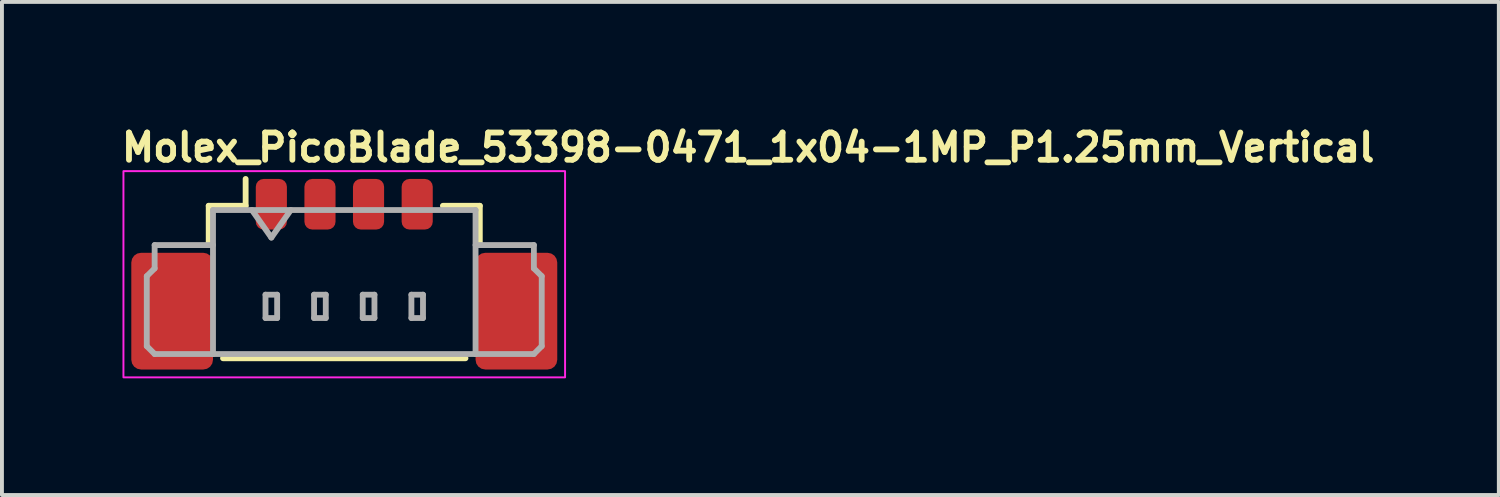
<source format=kicad_pcb>
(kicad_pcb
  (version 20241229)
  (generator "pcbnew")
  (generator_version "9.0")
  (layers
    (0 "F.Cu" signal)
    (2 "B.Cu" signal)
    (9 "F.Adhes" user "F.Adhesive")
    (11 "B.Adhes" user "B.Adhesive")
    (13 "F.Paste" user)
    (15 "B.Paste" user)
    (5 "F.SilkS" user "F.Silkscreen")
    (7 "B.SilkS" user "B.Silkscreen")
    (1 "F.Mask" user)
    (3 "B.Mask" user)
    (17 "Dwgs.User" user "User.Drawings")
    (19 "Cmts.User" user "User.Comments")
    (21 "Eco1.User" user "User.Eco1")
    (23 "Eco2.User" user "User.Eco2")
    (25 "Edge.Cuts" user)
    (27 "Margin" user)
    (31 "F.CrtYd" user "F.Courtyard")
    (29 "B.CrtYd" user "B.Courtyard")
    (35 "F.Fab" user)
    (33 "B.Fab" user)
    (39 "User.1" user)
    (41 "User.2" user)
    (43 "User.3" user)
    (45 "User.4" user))
  (footprint "Molex_PicoBlade_53398-0471_1x04-1MP_P1.25mm_Vertical"
    (layer "F.Cu")
    (at 5.8 3.95)
    (property "Reference" "Molex_PicoBlade_53398-0471_1x04-1MP_P1.25mm_Vertical" (at -5.8 -2.8 0) (layer "F.SilkS") (effects (font (size 0.7 0.7) (thickness 0.15)) (justify left bottom)))
    (attr smd)
    (fp_line (start -3.485 -1.71) (end -2.536 -1.71) (stroke (width 0.15) (type solid)) (layer "F.SilkS"))
    (fp_line (start -3.485 -0.76) (end -3.485 -1.71) (stroke (width 0.15) (type solid)) (layer "F.SilkS"))
    (fp_line (start -3.117 2.209) (end 3.115 2.209) (stroke (width 0.15) (type solid)) (layer "F.SilkS"))
    (fp_line (start -2.536 -1.71) (end -2.536 -2.4) (stroke (width 0.15) (type solid)) (layer "F.SilkS"))
    (fp_line (start 3.483 -1.71) (end 2.535 -1.71) (stroke (width 0.15) (type solid)) (layer "F.SilkS"))
    (fp_line (start 3.483 -0.76) (end 3.483 -1.71) (stroke (width 0.15) (type solid)) (layer "F.SilkS"))
    (fp_rect (start -5.677 -2.601) (end 5.675 2.7) (stroke (width 0.05) (type solid)) (fill no) (layer "F.CrtYd"))
    (fp_line (start -5.077 0.099) (end -4.875 -0.101) (stroke (width 0.15) (type solid)) (layer "F.Fab"))
    (fp_line (start -5.077 1.898) (end -5.077 0.099) (stroke (width 0.15) (type solid)) (layer "F.Fab"))
    (fp_line (start -4.875 -0.701) (end -3.375 -0.701) (stroke (width 0.15) (type solid)) (layer "F.Fab"))
    (fp_line (start -4.875 -0.101) (end -4.875 -0.701) (stroke (width 0.15) (type solid)) (layer "F.Fab"))
    (fp_line (start -4.875 2.1) (end -5.077 1.898) (stroke (width 0.15) (type solid)) (layer "F.Fab"))
    (fp_line (start -3.375 -1.601) (end -3.375 2.1) (stroke (width 0.15) (type solid)) (layer "F.Fab"))
    (fp_line (start -3.375 -1.601) (end 3.374 -1.601) (stroke (width 0.15) (type solid)) (layer "F.Fab"))
    (fp_line (start -3.375 2.1) (end -4.875 2.1) (stroke (width 0.15) (type solid)) (layer "F.Fab"))
    (fp_line (start -3.375 2.1) (end 3.374 2.1) (stroke (width 0.15) (type solid)) (layer "F.Fab"))
    (fp_line (start -2.375 -1.601) (end -1.875 -0.893) (stroke (width 0.15) (type solid)) (layer "F.Fab"))
    (fp_line (start -2.025 0.575) (end -2.025 1.175) (stroke (width 0.15) (type solid)) (layer "F.Fab"))
    (fp_line (start -2.025 1.175) (end -1.726 1.175) (stroke (width 0.15) (type solid)) (layer "F.Fab"))
    (fp_line (start -1.875 -0.893) (end -1.375 -1.601) (stroke (width 0.15) (type solid)) (layer "F.Fab"))
    (fp_line (start -1.726 0.575) (end -2.025 0.575) (stroke (width 0.15) (type solid)) (layer "F.Fab"))
    (fp_line (start -1.726 1.175) (end -1.726 0.575) (stroke (width 0.15) (type solid)) (layer "F.Fab"))
    (fp_line (start -0.777 0.575) (end -0.777 1.175) (stroke (width 0.15) (type solid)) (layer "F.Fab"))
    (fp_line (start -0.777 1.175) (end -0.476 1.175) (stroke (width 0.15) (type solid)) (layer "F.Fab"))
    (fp_line (start -0.476 0.575) (end -0.777 0.575) (stroke (width 0.15) (type solid)) (layer "F.Fab"))
    (fp_line (start -0.476 1.175) (end -0.476 0.575) (stroke (width 0.15) (type solid)) (layer "F.Fab"))
    (fp_line (start 0.474 0.575) (end 0.474 1.175) (stroke (width 0.15) (type solid)) (layer "F.Fab"))
    (fp_line (start 0.474 1.175) (end 0.775 1.175) (stroke (width 0.15) (type solid)) (layer "F.Fab"))
    (fp_line (start 0.775 0.575) (end 0.474 0.575) (stroke (width 0.15) (type solid)) (layer "F.Fab"))
    (fp_line (start 0.775 1.175) (end 0.775 0.575) (stroke (width 0.15) (type solid)) (layer "F.Fab"))
    (fp_line (start 1.725 0.575) (end 1.725 1.175) (stroke (width 0.15) (type solid)) (layer "F.Fab"))
    (fp_line (start 1.725 1.175) (end 2.023 1.175) (stroke (width 0.15) (type solid)) (layer "F.Fab"))
    (fp_line (start 2.023 0.575) (end 1.725 0.575) (stroke (width 0.15) (type solid)) (layer "F.Fab"))
    (fp_line (start 2.023 1.175) (end 2.023 0.575) (stroke (width 0.15) (type solid)) (layer "F.Fab"))
    (fp_line (start 3.374 -1.601) (end 3.374 2.1) (stroke (width 0.15) (type solid)) (layer "F.Fab"))
    (fp_line (start 3.374 2.1) (end 4.873 2.1) (stroke (width 0.15) (type solid)) (layer "F.Fab"))
    (fp_line (start 4.873 -0.701) (end 3.374 -0.701) (stroke (width 0.15) (type solid)) (layer "F.Fab"))
    (fp_line (start 4.873 -0.101) (end 4.873 -0.701) (stroke (width 0.15) (type solid)) (layer "F.Fab"))
    (fp_line (start 4.873 2.1) (end 5.075 1.898) (stroke (width 0.15) (type solid)) (layer "F.Fab"))
    (fp_line (start 5.075 0.099) (end 4.873 -0.101) (stroke (width 0.15) (type solid)) (layer "F.Fab"))
    (fp_line (start 5.075 1.898) (end 5.075 0.099) (stroke (width 0.15) (type solid)) (layer "F.Fab"))
    (fp_rect (start -5.077 -2.101) (end 5.075 2.1) (stroke (width 0.1) (type solid)) (fill no) (layer "User.5"))
    (fp_line (start -5.077 0.199) (end -5.077 1.798) (stroke (width 0.02) (type solid)) (layer "User.9"))
    (fp_line (start -5.077 0.199) (end -4.875 0) (stroke (width 0.02) (type solid)) (layer "User.9"))
    (fp_line (start -5.077 1.798) (end -4.875 1.999) (stroke (width 0.02) (type solid)) (layer "User.9"))
    (fp_line (start -4.875 -0.701) (end -3.375 -0.701) (stroke (width 0.02) (type solid)) (layer "User.9"))
    (fp_line (start -4.875 2.1) (end -4.875 -0.701) (stroke (width 0.02) (type solid)) (layer "User.9"))
    (fp_line (start -4.875 2.1) (end -3.375 2.1) (stroke (width 0.02) (type solid)) (layer "User.9"))
    (fp_line (start -3.375 -1.601) (end -3.375 -1.401) (stroke (width 0.02) (type solid)) (layer "User.9"))
    (fp_line (start -3.375 -1.401) (end -3.375 -0.701) (stroke (width 0.02) (type solid)) (layer "User.9"))
    (fp_line (start -3.375 -0.701) (end -3.375 2.1) (stroke (width 0.02) (type solid)) (layer "User.9"))
    (fp_line (start -3.375 -0.701) (end -2.976 -0.701) (stroke (width 0.02) (type solid)) (layer "User.9"))
    (fp_line (start -3.375 2.1) (end -1.526 2.1) (stroke (width 0.02) (type solid)) (layer "User.9"))
    (fp_line (start -2.976 -0.701) (end -2.976 1.898) (stroke (width 0.02) (type solid)) (layer "User.9"))
    (fp_line (start -2.976 -0.701) (end -2.775 -0.701) (stroke (width 0.02) (type solid)) (layer "User.9"))
    (fp_line (start -2.976 1.898) (end -2.775 1.699) (stroke (width 0.02) (type solid)) (layer "User.9"))
    (fp_line (start -2.976 1.898) (end -1.526 1.898) (stroke (width 0.02) (type solid)) (layer "User.9"))
    (fp_line (start -2.775 -0.701) (end -2.775 1.699) (stroke (width 0.02) (type solid)) (layer "User.9"))
    (fp_line (start -2.775 -0.701) (end -2.426 -0.701) (stroke (width 0.02) (type solid)) (layer "User.9"))
    (fp_line (start -2.775 1.699) (end -1.526 1.699) (stroke (width 0.02) (type solid)) (layer "User.9"))
    (fp_line (start -2.426 -1.401) (end -3.375 -1.401) (stroke (width 0.02) (type solid)) (layer "User.9"))
    (fp_line (start -2.426 -0.701) (end -2.426 -1.401) (stroke (width 0.02) (type solid)) (layer "User.9"))
    (fp_line (start -2.036 -2.101) (end -2.036 -1.601) (stroke (width 0.02) (type solid)) (layer "User.9"))
    (fp_line (start -2.036 -2.101) (end -1.716 -2.101) (stroke (width 0.02) (type solid)) (layer "User.9"))
    (fp_line (start -2.036 0.574) (end -2.036 1.175) (stroke (width 0.02) (type solid)) (layer "User.9"))
    (fp_line (start -2.036 0.574) (end -1.716 0.574) (stroke (width 0.02) (type solid)) (layer "User.9"))
    (fp_line (start -2.036 1.175) (end -1.716 1.175) (stroke (width 0.02) (type solid)) (layer "User.9"))
    (fp_line (start -1.986 0.675) (end -2.036 0.574) (stroke (width 0.02) (type solid)) (layer "User.9"))
    (fp_line (start -1.986 0.675) (end -1.986 1.074) (stroke (width 0.02) (type solid)) (layer "User.9"))
    (fp_line (start -1.986 0.675) (end -1.766 0.675) (stroke (width 0.02) (type solid)) (layer "User.9"))
    (fp_line (start -1.986 1.074) (end -2.036 1.175) (stroke (width 0.02) (type solid)) (layer "User.9"))
    (fp_line (start -1.986 1.074) (end -1.766 1.074) (stroke (width 0.02) (type solid)) (layer "User.9"))
    (fp_line (start -1.766 0.675) (end -1.766 1.074) (stroke (width 0.02) (type solid)) (layer "User.9"))
    (fp_line (start -1.766 0.675) (end -1.716 0.574) (stroke (width 0.02) (type solid)) (layer "User.9"))
    (fp_line (start -1.766 1.074) (end -1.716 1.175) (stroke (width 0.02) (type solid)) (layer "User.9"))
    (fp_line (start -1.716 -2.101) (end -1.716 -1.601) (stroke (width 0.02) (type solid)) (layer "User.9"))
    (fp_line (start -1.716 0.574) (end -1.716 1.175) (stroke (width 0.02) (type solid)) (layer "User.9"))
    (fp_line (start -1.526 1.898) (end -1.526 1.699) (stroke (width 0.02) (type solid)) (layer "User.9"))
    (fp_line (start -1.526 2.1) (end -1.526 1.898) (stroke (width 0.02) (type solid)) (layer "User.9"))
    (fp_line (start -1.226 1.699) (end -1.526 1.699) (stroke (width 0.02) (type solid)) (layer "User.9"))
    (fp_line (start -1.226 1.699) (end -1.226 1.898) (stroke (width 0.02) (type solid)) (layer "User.9"))
    (fp_line (start -1.226 1.699) (end 1.225 1.699) (stroke (width 0.02) (type solid)) (layer "User.9"))
    (fp_line (start -1.226 1.898) (end 1.225 1.898) (stroke (width 0.02) (type solid)) (layer "User.9"))
    (fp_line (start -1.226 2.1) (end -1.526 2.1) (stroke (width 0.02) (type solid)) (layer "User.9"))
    (fp_line (start -1.226 2.1) (end -1.226 1.898) (stroke (width 0.02) (type solid)) (layer "User.9"))
    (fp_line (start -1.226 2.1) (end 1.225 2.1) (stroke (width 0.02) (type solid)) (layer "User.9"))
    (fp_line (start -0.787 -2.101) (end -0.787 -1.601) (stroke (width 0.02) (type solid)) (layer "User.9"))
    (fp_line (start -0.787 -2.101) (end -0.467 -2.101) (stroke (width 0.02) (type solid)) (layer "User.9"))
    (fp_line (start -0.787 0.574) (end -0.787 1.175) (stroke (width 0.02) (type solid)) (layer "User.9"))
    (fp_line (start -0.787 0.574) (end -0.467 0.574) (stroke (width 0.02) (type solid)) (layer "User.9"))
    (fp_line (start -0.787 1.175) (end -0.467 1.175) (stroke (width 0.02) (type solid)) (layer "User.9"))
    (fp_line (start -0.735 0.675) (end -0.787 0.574) (stroke (width 0.02) (type solid)) (layer "User.9"))
    (fp_line (start -0.735 0.675) (end -0.735 1.074) (stroke (width 0.02) (type solid)) (layer "User.9"))
    (fp_line (start -0.735 0.675) (end -0.517 0.675) (stroke (width 0.02) (type solid)) (layer "User.9"))
    (fp_line (start -0.735 1.074) (end -0.787 1.175) (stroke (width 0.02) (type solid)) (layer "User.9"))
    (fp_line (start -0.735 1.074) (end -0.517 1.074) (stroke (width 0.02) (type solid)) (layer "User.9"))
    (fp_line (start -0.517 0.675) (end -0.517 1.074) (stroke (width 0.02) (type solid)) (layer "User.9"))
    (fp_line (start -0.517 0.675) (end -0.467 0.574) (stroke (width 0.02) (type solid)) (layer "User.9"))
    (fp_line (start -0.517 1.074) (end -0.467 1.175) (stroke (width 0.02) (type solid)) (layer "User.9"))
    (fp_line (start -0.467 -2.101) (end -0.467 -1.601) (stroke (width 0.02) (type solid)) (layer "User.9"))
    (fp_line (start -0.467 0.574) (end -0.467 1.175) (stroke (width 0.02) (type solid)) (layer "User.9"))
    (fp_line (start 0.465 -2.101) (end 0.465 -1.601) (stroke (width 0.02) (type solid)) (layer "User.9"))
    (fp_line (start 0.465 -2.101) (end 0.785 -2.101) (stroke (width 0.02) (type solid)) (layer "User.9"))
    (fp_line (start 0.465 0.574) (end 0.465 1.175) (stroke (width 0.02) (type solid)) (layer "User.9"))
    (fp_line (start 0.465 0.574) (end 0.785 0.574) (stroke (width 0.02) (type solid)) (layer "User.9"))
    (fp_line (start 0.465 1.175) (end 0.785 1.175) (stroke (width 0.02) (type solid)) (layer "User.9"))
    (fp_line (start 0.515 0.675) (end 0.465 0.574) (stroke (width 0.02) (type solid)) (layer "User.9"))
    (fp_line (start 0.515 0.675) (end 0.515 1.074) (stroke (width 0.02) (type solid)) (layer "User.9"))
    (fp_line (start 0.515 0.675) (end 0.733 0.675) (stroke (width 0.02) (type solid)) (layer "User.9"))
    (fp_line (start 0.515 1.074) (end 0.465 1.175) (stroke (width 0.02) (type solid)) (layer "User.9"))
    (fp_line (start 0.515 1.074) (end 0.733 1.074) (stroke (width 0.02) (type solid)) (layer "User.9"))
    (fp_line (start 0.733 0.675) (end 0.733 1.074) (stroke (width 0.02) (type solid)) (layer "User.9"))
    (fp_line (start 0.733 0.675) (end 0.785 0.574) (stroke (width 0.02) (type solid)) (layer "User.9"))
    (fp_line (start 0.733 1.074) (end 0.785 1.175) (stroke (width 0.02) (type solid)) (layer "User.9"))
    (fp_line (start 0.785 -2.101) (end 0.785 -1.601) (stroke (width 0.02) (type solid)) (layer "User.9"))
    (fp_line (start 0.785 0.574) (end 0.785 1.175) (stroke (width 0.02) (type solid)) (layer "User.9"))
    (fp_line (start 1.225 1.898) (end 1.225 1.699) (stroke (width 0.02) (type solid)) (layer "User.9"))
    (fp_line (start 1.225 2.1) (end 1.225 1.898) (stroke (width 0.02) (type solid)) (layer "User.9"))
    (fp_line (start 1.523 1.699) (end 1.225 1.699) (stroke (width 0.02) (type solid)) (layer "User.9"))
    (fp_line (start 1.523 1.699) (end 1.523 1.898) (stroke (width 0.02) (type solid)) (layer "User.9"))
    (fp_line (start 1.523 1.699) (end 2.773 1.699) (stroke (width 0.02) (type solid)) (layer "User.9"))
    (fp_line (start 1.523 1.898) (end 2.975 1.898) (stroke (width 0.02) (type solid)) (layer "User.9"))
    (fp_line (start 1.523 2.1) (end 1.225 2.1) (stroke (width 0.02) (type solid)) (layer "User.9"))
    (fp_line (start 1.523 2.1) (end 1.523 1.898) (stroke (width 0.02) (type solid)) (layer "User.9"))
    (fp_line (start 1.523 2.1) (end 3.374 2.1) (stroke (width 0.02) (type solid)) (layer "User.9"))
    (fp_line (start 1.715 -2.101) (end 1.715 -1.601) (stroke (width 0.02) (type solid)) (layer "User.9"))
    (fp_line (start 1.715 -2.101) (end 2.035 -2.101) (stroke (width 0.02) (type solid)) (layer "User.9"))
    (fp_line (start 1.715 0.574) (end 1.715 1.175) (stroke (width 0.02) (type solid)) (layer "User.9"))
    (fp_line (start 1.715 0.574) (end 2.035 0.574) (stroke (width 0.02) (type solid)) (layer "User.9"))
    (fp_line (start 1.715 1.175) (end 2.035 1.175) (stroke (width 0.02) (type solid)) (layer "User.9"))
    (fp_line (start 1.763 0.675) (end 1.715 0.574) (stroke (width 0.02) (type solid)) (layer "User.9"))
    (fp_line (start 1.763 0.675) (end 1.763 1.074) (stroke (width 0.02) (type solid)) (layer "User.9"))
    (fp_line (start 1.763 0.675) (end 1.985 0.675) (stroke (width 0.02) (type solid)) (layer "User.9"))
    (fp_line (start 1.763 1.074) (end 1.715 1.175) (stroke (width 0.02) (type solid)) (layer "User.9"))
    (fp_line (start 1.763 1.074) (end 1.985 1.074) (stroke (width 0.02) (type solid)) (layer "User.9"))
    (fp_line (start 1.985 0.675) (end 1.985 1.074) (stroke (width 0.02) (type solid)) (layer "User.9"))
    (fp_line (start 1.985 0.675) (end 2.035 0.574) (stroke (width 0.02) (type solid)) (layer "User.9"))
    (fp_line (start 1.985 1.074) (end 2.035 1.175) (stroke (width 0.02) (type solid)) (layer "User.9"))
    (fp_line (start 2.035 -2.101) (end 2.035 -1.601) (stroke (width 0.02) (type solid)) (layer "User.9"))
    (fp_line (start 2.035 0.574) (end 2.035 1.175) (stroke (width 0.02) (type solid)) (layer "User.9"))
    (fp_line (start 2.423 -1.401) (end 2.423 -0.701) (stroke (width 0.02) (type solid)) (layer "User.9"))
    (fp_line (start 2.423 -0.701) (end 2.773 -0.701) (stroke (width 0.02) (type solid)) (layer "User.9"))
    (fp_line (start 2.773 1.699) (end 2.773 -0.701) (stroke (width 0.02) (type solid)) (layer "User.9"))
    (fp_line (start 2.975 -0.701) (end 2.773 -0.701) (stroke (width 0.02) (type solid)) (layer "User.9"))
    (fp_line (start 2.975 -0.701) (end 3.374 -0.701) (stroke (width 0.02) (type solid)) (layer "User.9"))
    (fp_line (start 2.975 1.898) (end 2.773 1.699) (stroke (width 0.02) (type solid)) (layer "User.9"))
    (fp_line (start 2.975 1.898) (end 2.975 -0.701) (stroke (width 0.02) (type solid)) (layer "User.9"))
    (fp_line (start 3.374 -1.601) (end -3.375 -1.601) (stroke (width 0.02) (type solid)) (layer "User.9"))
    (fp_line (start 3.374 -1.401) (end 2.423 -1.401) (stroke (width 0.02) (type solid)) (layer "User.9"))
    (fp_line (start 3.374 -1.401) (end 3.374 -1.601) (stroke (width 0.02) (type solid)) (layer "User.9"))
    (fp_line (start 3.374 -0.701) (end 3.374 -1.401) (stroke (width 0.02) (type solid)) (layer "User.9"))
    (fp_line (start 3.374 2.1) (end 3.374 -0.701) (stroke (width 0.02) (type solid)) (layer "User.9"))
    (fp_line (start 4.873 -0.701) (end 3.374 -0.701) (stroke (width 0.02) (type solid)) (layer "User.9"))
    (fp_line (start 4.873 2.1) (end 3.374 2.1) (stroke (width 0.02) (type solid)) (layer "User.9"))
    (fp_line (start 4.873 2.1) (end 4.873 -0.701) (stroke (width 0.02) (type solid)) (layer "User.9"))
    (fp_line (start 5.075 0.199) (end 4.873 0) (stroke (width 0.02) (type solid)) (layer "User.9"))
    (fp_line (start 5.075 0.199) (end 5.075 1.798) (stroke (width 0.02) (type solid)) (layer "User.9"))
    (fp_line (start 5.075 1.798) (end 4.873 1.999) (stroke (width 0.02) (type solid)) (layer "User.9"))
    (pad "1" smd roundrect (at -1.875 -1.75) (size 0.8 1.3) (layers "F.Cu" "F.Mask" "F.Paste") (roundrect_rratio 0.25))
    (pad "2" smd roundrect (at -0.625 -1.75) (size 0.8 1.3) (layers "F.Cu" "F.Mask" "F.Paste") (roundrect_rratio 0.25))
    (pad "3" smd roundrect (at 0.623 -1.75) (size 0.8 1.3) (layers "F.Cu" "F.Mask" "F.Paste") (roundrect_rratio 0.25))
    (pad "4" smd roundrect (at 1.874 -1.75) (size 0.8 1.3) (layers "F.Cu" "F.Mask" "F.Paste") (roundrect_rratio 0.25))
    (pad "MP1" smd roundrect (at -4.425 0.998) (size 2.1 3) (layers "F.Cu" "F.Mask" "F.Paste") (roundrect_rratio 0.119))
    (pad "MP2" smd roundrect (at 4.424 0.998) (size 2.1 3) (layers "F.Cu" "F.Mask" "F.Paste") (roundrect_rratio 0.119)))
  (gr_rect
    (start -3 -3)
    (end 35.477 9.675)
    (stroke (width 0.1) (type default))
    (fill no)
    (layer "Edge.Cuts")))
</source>
